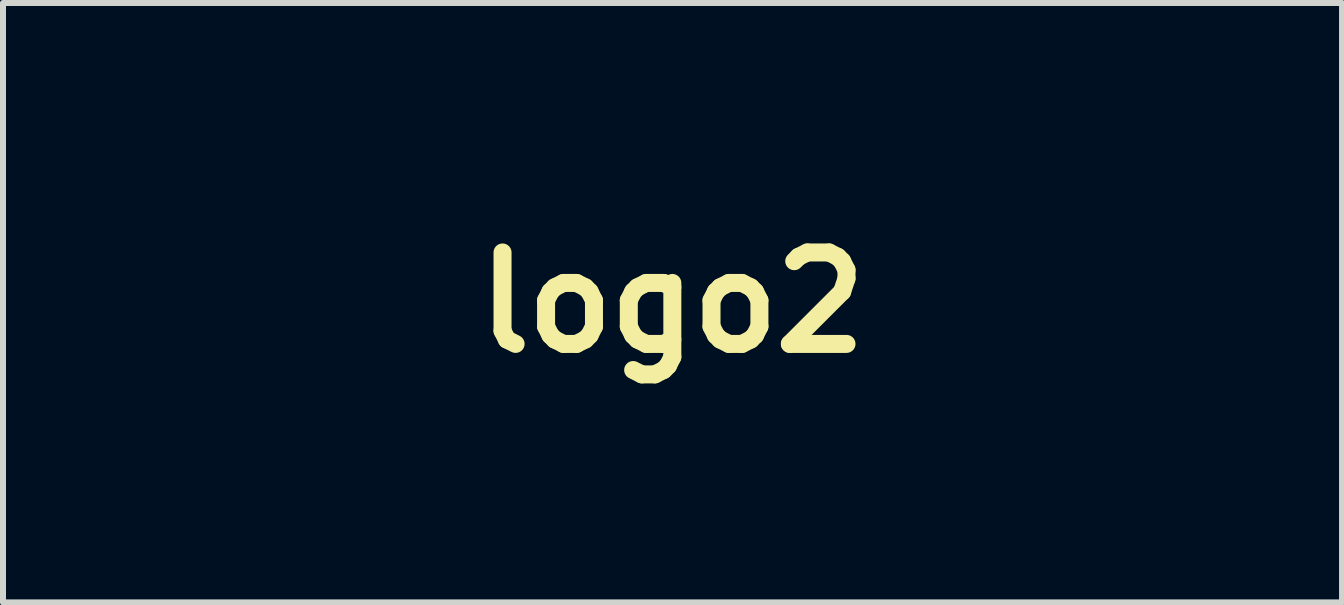
<source format=kicad_pcb>
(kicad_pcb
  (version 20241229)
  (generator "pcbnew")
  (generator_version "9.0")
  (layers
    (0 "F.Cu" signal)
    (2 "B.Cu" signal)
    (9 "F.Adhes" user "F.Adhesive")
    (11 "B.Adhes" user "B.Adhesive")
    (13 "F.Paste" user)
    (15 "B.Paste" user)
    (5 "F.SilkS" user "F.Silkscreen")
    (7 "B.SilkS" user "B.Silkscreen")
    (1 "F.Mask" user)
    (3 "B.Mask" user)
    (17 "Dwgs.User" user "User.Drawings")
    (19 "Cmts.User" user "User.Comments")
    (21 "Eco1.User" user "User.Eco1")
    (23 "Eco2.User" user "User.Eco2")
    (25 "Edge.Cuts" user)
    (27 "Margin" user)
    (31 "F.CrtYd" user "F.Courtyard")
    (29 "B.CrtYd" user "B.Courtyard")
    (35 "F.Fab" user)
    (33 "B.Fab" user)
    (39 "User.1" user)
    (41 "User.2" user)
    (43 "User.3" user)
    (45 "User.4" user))
  (footprint "logo2"
    (layer "F.Cu")
    (at 8.157 1.993)
    (property "Reference" "logo2" (at 0 0 0) (layer "F.SilkS") (effects (font (size 1.524 1.524) (thickness 0.3))))
    (attr through_hole)
    (fp_poly (pts (xy -7.707 -1.987) (xy -7.636 -1.986) (xy -7.57 -1.986) (xy -7.51 -1.986) (xy -7.457 -1.985) (xy -7.412 -1.985) (xy -7.375 -1.984) (xy -7.346 -1.983) (xy -7.327 -1.983) (xy -7.317 -1.982) (xy -7.317 -1.981) (xy -7.32 -1.981) (xy -7.427 -1.968) (xy -7.529 -1.946) (xy -7.625 -1.916) (xy -7.714 -1.879) (xy -7.796 -1.834) (xy -7.871 -1.782) (xy -7.938 -1.724) (xy -7.997 -1.659) (xy -8.047 -1.588) (xy -8.088 -1.511) (xy -8.12 -1.429) (xy -8.132 -1.385) (xy -8.144 -1.337) (xy -8.146 0.295) (xy -8.146 0.477) (xy -8.146 0.646) (xy -8.146 0.804) (xy -8.146 0.949) (xy -8.146 1.084) (xy -8.146 1.207) (xy -8.146 1.319) (xy -8.146 1.421) (xy -8.146 1.512) (xy -8.145 1.594) (xy -8.145 1.666) (xy -8.145 1.729) (xy -8.144 1.783) (xy -8.144 1.828) (xy -8.143 1.864) (xy -8.143 1.893) (xy -8.142 1.914) (xy -8.142 1.927) (xy -8.141 1.934) (xy -8.141 1.934) (xy -8.134 1.936) (xy -8.118 1.938) (xy -8.092 1.939) (xy -8.059 1.94) (xy -8.019 1.942) (xy -7.973 1.942) (xy -7.923 1.943) (xy -7.87 1.944) (xy -7.814 1.944) (xy -7.757 1.944) (xy -7.7 1.944) (xy -7.643 1.944) (xy -7.589 1.943) (xy -7.538 1.943) (xy -7.49 1.942) (xy -7.448 1.941) (xy -7.413 1.94) (xy -7.385 1.938) (xy -7.365 1.937) (xy -7.355 1.935) (xy -7.354 1.935) (xy -7.353 1.93) (xy -7.353 1.917) (xy -7.352 1.895) (xy -7.351 1.865) (xy -7.351 1.827) (xy -7.35 1.779) (xy -7.35 1.722) (xy -7.349 1.654) (xy -7.349 1.577) (xy -7.348 1.49) (xy -7.348 1.392) (xy -7.348 1.283) (xy -7.347 1.164) (xy -7.347 1.032) (xy -7.347 0.889) (xy -7.347 0.734) (xy -7.346 0.567) (xy -7.346 0.473) (xy -7.346 0.312) (xy -7.346 0.163) (xy -7.346 0.027) (xy -7.346 -0.099) (xy -7.346 -0.214) (xy -7.345 -0.318) (xy -7.345 -0.413) (xy -7.345 -0.499) (xy -7.345 -0.576) (xy -7.344 -0.644) (xy -7.344 -0.705) (xy -7.344 -0.758) (xy -7.343 -0.805) (xy -7.343 -0.846) (xy -7.343 -0.88) (xy -7.342 -0.909) (xy -7.342 -0.934) (xy -7.341 -0.954) (xy -7.34 -0.97) (xy -7.339 -0.983) (xy -7.339 -0.993) (xy -7.338 -1.001) (xy -7.337 -1.007) (xy -7.336 -1.012) (xy -7.335 -1.013) (xy -7.317 -1.059) (xy -7.293 -1.096) (xy -7.265 -1.12) (xy -7.232 -1.134) (xy -7.199 -1.136) (xy -7.166 -1.126) (xy -7.15 -1.116) (xy -7.131 -1.097) (xy -7.109 -1.068) (xy -7.085 -1.031) (xy -7.06 -0.986) (xy -7.034 -0.936) (xy -7.008 -0.882) (xy -6.983 -0.826) (xy -6.96 -0.769) (xy -6.947 -0.732) (xy -6.936 -0.7) (xy -6.925 -0.67) (xy -6.916 -0.645) (xy -6.909 -0.629) (xy -6.908 -0.625) (xy -6.902 -0.61) (xy -6.893 -0.585) (xy -6.882 -0.55) (xy -6.868 -0.507) (xy -6.852 -0.459) (xy -6.836 -0.405) (xy -6.818 -0.349) (xy -6.8 -0.29) (xy -6.782 -0.232) (xy -6.765 -0.174) (xy -6.749 -0.119) (xy -6.734 -0.067) (xy -6.721 -0.022) (xy -6.71 0.019) (xy -6.697 0.066) (xy -6.683 0.114) (xy -6.671 0.158) (xy -6.67 0.162) (xy -6.658 0.204) (xy -6.646 0.251) (xy -6.634 0.297) (xy -6.624 0.338) (xy -6.623 0.342) (xy -6.614 0.379) (xy -6.604 0.417) (xy -6.594 0.452) (xy -6.586 0.478) (xy -6.586 0.479) (xy -6.579 0.503) (xy -6.57 0.537) (xy -6.559 0.575) (xy -6.549 0.614) (xy -6.545 0.632) (xy -6.532 0.684) (xy -6.517 0.742) (xy -6.502 0.803) (xy -6.485 0.866) (xy -6.468 0.93) (xy -6.452 0.994) (xy -6.435 1.054) (xy -6.42 1.111) (xy -6.406 1.163) (xy -6.393 1.208) (xy -6.383 1.244) (xy -6.375 1.27) (xy -6.371 1.28) (xy -6.333 1.376) (xy -6.284 1.471) (xy -6.227 1.561) (xy -6.163 1.645) (xy -6.152 1.657) (xy -6.1 1.713) (xy -6.047 1.761) (xy -5.989 1.805) (xy -5.925 1.847) (xy -5.909 1.856) (xy -5.809 1.908) (xy -5.708 1.947) (xy -5.605 1.973) (xy -5.502 1.987) (xy -5.496 1.987) (xy -5.495 1.988) (xy -5.505 1.988) (xy -5.525 1.989) (xy -5.554 1.989) (xy -5.593 1.989) (xy -5.641 1.99) (xy -5.697 1.99) (xy -5.761 1.991) (xy -5.833 1.991) (xy -5.912 1.991) (xy -5.997 1.991) (xy -6.089 1.992) (xy -6.186 1.992) (xy -6.289 1.992) (xy -6.397 1.992) (xy -6.509 1.993) (xy -6.625 1.993) (xy -6.744 1.993) (xy -6.79 1.993) (xy -8.152 1.994) (xy -8.152 -1.988) (xy -7.707 -1.987)) (stroke (width 0.01) (type solid)) (fill yes) (layer "F.Mask"))
    (fp_poly (pts (xy 8.158 1.994) (xy 1.39 1.993) (xy 1.118 1.993) (xy 0.848 1.993) (xy 0.581 1.993) (xy 0.318 1.993) (xy 0.057 1.993) (xy -0.199 1.993) (xy -0.452 1.992) (xy -0.701 1.992) (xy -0.945 1.992) (xy -1.186 1.992) (xy -1.421 1.992) (xy -1.652 1.992) (xy -1.877 1.992) (xy -2.097 1.992) (xy -2.312 1.992) (xy -2.521 1.991) (xy -2.725 1.991) (xy -2.922 1.991) (xy -3.113 1.991) (xy -3.297 1.991) (xy -3.474 1.991) (xy -3.645 1.991) (xy -3.809 1.99) (xy -3.965 1.99) (xy -4.114 1.99) (xy -4.254 1.99) (xy -4.387 1.99) (xy -4.512 1.99) (xy -4.629 1.989) (xy -4.736 1.989) (xy -4.835 1.989) (xy -4.925 1.989) (xy -5.006 1.989) (xy -5.077 1.988) (xy -5.139 1.988) (xy -5.191 1.988) (xy -5.233 1.988) (xy -5.265 1.988) (xy -5.286 1.987) (xy -5.296 1.987) (xy -5.297 1.987) (xy -5.195 1.975) (xy -5.095 1.953) (xy -4.999 1.92) (xy -4.906 1.877) (xy -4.819 1.824) (xy -4.739 1.763) (xy -4.668 1.696) (xy -4.61 1.626) (xy -4.561 1.55) (xy -4.522 1.467) (xy -4.491 1.376) (xy -4.485 1.356) (xy -4.484 1.35) (xy -4.482 1.344) (xy -4.481 1.338) (xy -4.48 1.33) (xy -4.479 1.32) (xy -4.478 1.308) (xy -4.477 1.293) (xy -4.477 1.274) (xy -4.476 1.251) (xy -4.475 1.224) (xy -4.475 1.191) (xy -4.474 1.152) (xy -4.474 1.107) (xy -4.474 1.055) (xy -4.473 0.996) (xy -4.473 0.928) (xy -4.473 0.852) (xy -4.472 0.766) (xy -4.472 0.67) (xy -4.472 0.565) (xy -4.471 0.448) (xy -4.471 0.319) (xy -4.471 0.179) (xy -4.471 0.168) (xy -4.468 -0.975) (xy -4.455 -1.016) (xy -4.44 -1.056) (xy -4.418 -1.09) (xy -4.394 -1.116) (xy -4.38 -1.125) (xy -4.353 -1.134) (xy -4.324 -1.136) (xy -4.297 -1.131) (xy -4.284 -1.124) (xy -4.27 -1.111) (xy -4.253 -1.088) (xy -4.233 -1.058) (xy -4.212 -1.024) (xy -4.191 -0.987) (xy -4.172 -0.949) (xy -4.169 -0.942) (xy -4.157 -0.914) (xy -4.141 -0.876) (xy -4.124 -0.832) (xy -4.105 -0.782) (xy -4.085 -0.729) (xy -4.066 -0.676) (xy -4.047 -0.624) (xy -4.03 -0.575) (xy -4.015 -0.531) (xy -4.003 -0.495) (xy -3.996 -0.471) (xy -3.988 -0.442) (xy -3.98 -0.417) (xy -3.972 -0.398) (xy -3.968 -0.391) (xy -3.963 -0.38) (xy -3.955 -0.358) (xy -3.946 -0.331) (xy -3.937 -0.299) (xy -3.935 -0.291) (xy -3.924 -0.252) (xy -3.912 -0.209) (xy -3.899 -0.168) (xy -3.889 -0.137) (xy -3.877 -0.1) (xy -3.864 -0.057) (xy -3.852 -0.015) (xy -3.845 0.01) (xy -3.836 0.042) (xy -3.825 0.083) (xy -3.812 0.127) (xy -3.799 0.172) (xy -3.792 0.197) (xy -3.78 0.239) (xy -3.768 0.284) (xy -3.757 0.328) (xy -3.747 0.366) (xy -3.743 0.384) (xy -3.735 0.417) (xy -3.726 0.449) (xy -3.718 0.476) (xy -3.713 0.492) (xy -3.706 0.511) (xy -3.698 0.538) (xy -3.69 0.571) (xy -3.682 0.603) (xy -3.671 0.654) (xy -3.662 0.693) (xy -3.654 0.725) (xy -3.648 0.749) (xy -3.642 0.769) (xy -3.637 0.787) (xy -3.633 0.8) (xy -3.626 0.82) (xy -3.619 0.848) (xy -3.61 0.882) (xy -3.602 0.916) (xy -3.602 0.918) (xy -3.593 0.954) (xy -3.583 0.998) (xy -3.571 1.045) (xy -3.56 1.089) (xy -3.556 1.102) (xy -3.545 1.143) (xy -3.534 1.187) (xy -3.524 1.229) (xy -3.516 1.265) (xy -3.514 1.276) (xy -3.507 1.309) (xy -3.498 1.35) (xy -3.487 1.393) (xy -3.476 1.436) (xy -3.472 1.452) (xy -3.461 1.495) (xy -3.449 1.543) (xy -3.438 1.589) (xy -3.428 1.631) (xy -3.426 1.642) (xy -3.417 1.681) (xy -3.406 1.724) (xy -3.396 1.765) (xy -3.387 1.797) (xy -3.378 1.83) (xy -3.37 1.863) (xy -3.363 1.891) (xy -3.36 1.906) (xy -3.353 1.946) (xy -2.587 1.948) (xy -1.82 1.949) (xy -1.794 1.859) (xy -1.782 1.819) (xy -1.769 1.776) (xy -1.756 1.735) (xy -1.744 1.701) (xy -1.743 1.699) (xy -1.736 1.678) (xy -1.729 1.656) (xy -1.721 1.632) (xy -1.712 1.603) (xy -1.701 1.57) (xy -1.689 1.531) (xy -1.675 1.484) (xy -1.658 1.429) (xy -1.638 1.364) (xy -1.616 1.289) (xy -1.603 1.249) (xy -1.591 1.21) (xy -1.58 1.175) (xy -1.571 1.147) (xy -1.565 1.128) (xy -1.564 1.127) (xy -1.556 1.102) (xy -1.546 1.071) (xy -1.537 1.04) (xy -1.535 1.035) (xy -1.526 1.005) (xy -1.515 0.969) (xy -1.503 0.933) (xy -1.497 0.914) (xy -1.485 0.879) (xy -1.471 0.837) (xy -1.459 0.796) (xy -1.452 0.775) (xy -1.441 0.737) (xy -1.428 0.695) (xy -1.414 0.652) (xy -1.406 0.625) (xy -1.394 0.59) (xy -1.382 0.552) (xy -1.371 0.516) (xy -1.364 0.492) (xy -1.356 0.465) (xy -1.347 0.44) (xy -1.339 0.422) (xy -1.336 0.417) (xy -1.327 0.403) (xy -1.323 0.392) (xy -1.323 0.391) (xy -1.321 0.38) (xy -1.316 0.359) (xy -1.309 0.332) (xy -1.3 0.299) (xy -1.29 0.263) (xy -1.279 0.226) (xy -1.268 0.191) (xy -1.258 0.16) (xy -1.257 0.156) (xy -1.246 0.123) (xy -1.234 0.083) (xy -1.22 0.041) (xy -1.207 -0.001) (xy -1.204 -0.01) (xy -1.193 -0.047) (xy -1.178 -0.093) (xy -1.162 -0.147) (xy -1.143 -0.205) (xy -1.124 -0.266) (xy -1.105 -0.328) (xy -1.086 -0.389) (xy -1.068 -0.446) (xy -1.052 -0.497) (xy -1.038 -0.541) (xy -1.027 -0.575) (xy -1.016 -0.609) (xy -1.003 -0.651) (xy -0.989 -0.696) (xy -0.976 -0.738) (xy -0.973 -0.749) (xy -0.957 -0.8) (xy -0.941 -0.85) (xy -0.926 -0.897) (xy -0.911 -0.94) (xy -0.899 -0.977) (xy -0.888 -1.006) (xy -0.88 -1.026) (xy -0.876 -1.034) (xy -0.866 -1.045) (xy -0.85 -1.055) (xy -0.844 -1.058) (xy -0.817 -1.063) (xy -0.791 -1.058) (xy -0.769 -1.044) (xy -0.764 -1.039) (xy -0.758 -1.027) (xy -0.75 -1.006) (xy -0.74 -0.979) (xy -0.731 -0.947) (xy -0.728 -0.939) (xy -0.712 -0.882) (xy -0.695 -0.829) (xy -0.68 -0.781) (xy -0.666 -0.742) (xy -0.655 -0.713) (xy -0.649 -0.696) (xy -0.641 -0.671) (xy -0.631 -0.641) (xy -0.621 -0.608) (xy -0.62 -0.605) (xy -0.61 -0.57) (xy -0.598 -0.535) (xy -0.588 -0.504) (xy -0.579 -0.481) (xy -0.571 -0.458) (xy -0.56 -0.427) (xy -0.549 -0.393) (xy -0.538 -0.358) (xy -0.538 -0.357) (xy -0.529 -0.328) (xy -0.517 -0.289) (xy -0.503 -0.245) (xy -0.488 -0.197) (xy -0.472 -0.148) (xy -0.464 -0.123) (xy -0.449 -0.076) (xy -0.433 -0.027) (xy -0.418 0.02) (xy -0.405 0.062) (xy -0.394 0.097) (xy -0.389 0.112) (xy -0.381 0.139) (xy -0.37 0.176) (xy -0.356 0.22) (xy -0.34 0.268) (xy -0.323 0.319) (xy -0.307 0.371) (xy -0.303 0.381) (xy -0.286 0.432) (xy -0.27 0.483) (xy -0.254 0.532) (xy -0.239 0.577) (xy -0.227 0.616) (xy -0.218 0.645) (xy -0.217 0.65) (xy -0.207 0.682) (xy -0.197 0.713) (xy -0.189 0.737) (xy -0.183 0.754) (xy -0.182 0.755) (xy -0.175 0.774) (xy -0.168 0.799) (xy -0.163 0.82) (xy -0.157 0.841) (xy -0.152 0.859) (xy -0.149 0.867) (xy -0.145 0.875) (xy -0.139 0.893) (xy -0.131 0.917) (xy -0.122 0.943) (xy -0.112 0.974) (xy -0.102 1.005) (xy -0.093 1.031) (xy -0.088 1.045) (xy -0.081 1.061) (xy -0.073 1.087) (xy -0.062 1.12) (xy -0.051 1.156) (xy -0.044 1.178) (xy 0.031 1.415) (xy 0.077 1.556) (xy 0.089 1.593) (xy 0.104 1.639) (xy 0.119 1.689) (xy 0.135 1.739) (xy 0.15 1.787) (xy 0.152 1.791) (xy 0.164 1.83) (xy 0.175 1.866) (xy 0.185 1.896) (xy 0.193 1.919) (xy 0.198 1.932) (xy 0.2 1.935) (xy 0.203 1.937) (xy 0.211 1.938) (xy 0.224 1.939) (xy 0.243 1.94) (xy 0.269 1.941) (xy 0.301 1.942) (xy 0.342 1.942) (xy 0.39 1.943) (xy 0.448 1.943) (xy 0.515 1.943) (xy 0.592 1.943) (xy 0.637 1.943) (xy 0.717 1.943) (xy 0.787 1.943) (xy 0.846 1.943) (xy 0.897 1.943) (xy 0.94 1.942) (xy 0.975 1.942) (xy 1.004 1.941) (xy 1.026 1.941) (xy 1.042 1.94) (xy 1.054 1.939) (xy 1.062 1.937) (xy 1.067 1.936) (xy 1.069 1.934) (xy 1.069 1.933) (xy 1.067 1.923) (xy 1.062 1.905) (xy 1.055 1.884) (xy 1.049 1.866) (xy 1.04 1.839) (xy 1.029 1.804) (xy 1.017 1.765) (xy 1.004 1.723) (xy 1.001 1.711) (xy 0.987 1.668) (xy 0.974 1.623) (xy 0.962 1.582) (xy 0.951 1.546) (xy 0.942 1.518) (xy 0.941 1.514) (xy 0.931 1.481) (xy 0.919 1.442) (xy 0.907 1.401) (xy 0.899 1.375) (xy 0.891 1.345) (xy 0.879 1.307) (xy 0.866 1.263) (xy 0.852 1.216) (xy 0.838 1.17) (xy 0.835 1.159) (xy 0.821 1.113) (xy 0.806 1.064) (xy 0.792 1.017) (xy 0.78 0.974) (xy 0.77 0.94) (xy 0.768 0.933) (xy 0.757 0.896) (xy 0.746 0.858) (xy 0.735 0.823) (xy 0.727 0.795) (xy 0.726 0.794) (xy 0.719 0.77) (xy 0.709 0.737) (xy 0.698 0.699) (xy 0.685 0.658) (xy 0.675 0.622) (xy 0.663 0.582) (xy 0.651 0.542) (xy 0.64 0.506) (xy 0.63 0.476) (xy 0.624 0.457) (xy 0.617 0.433) (xy 0.607 0.401) (xy 0.597 0.364) (xy 0.587 0.326) (xy 0.584 0.314) (xy 0.576 0.28) (xy 0.567 0.247) (xy 0.559 0.221) (xy 0.553 0.203) (xy 0.55 0.198) (xy 0.547 0.19) (xy 0.543 0.179) (xy 0.538 0.163) (xy 0.531 0.142) (xy 0.522 0.114) (xy 0.511 0.079) (xy 0.498 0.035) (xy 0.482 -0.018) (xy 0.463 -0.081) (xy 0.442 -0.155) (xy 0.441 -0.157) (xy 0.429 -0.195) (xy 0.417 -0.236) (xy 0.404 -0.274) (xy 0.394 -0.306) (xy 0.392 -0.309) (xy 0.383 -0.336) (xy 0.372 -0.371) (xy 0.359 -0.412) (xy 0.345 -0.455) (xy 0.335 -0.489) (xy 0.322 -0.53) (xy 0.306 -0.579) (xy 0.289 -0.633) (xy 0.272 -0.689) (xy 0.268 -0.7) (xy 1.137 -0.7) (xy 1.138 -0.645) (xy 1.139 -0.593) (xy 1.142 -0.547) (xy 1.146 -0.508) (xy 1.15 -0.478) (xy 1.154 -0.46) (xy 1.159 -0.448) (xy 1.166 -0.426) (xy 1.174 -0.397) (xy 1.184 -0.364) (xy 1.188 -0.349) (xy 1.206 -0.288) (xy 1.222 -0.237) (xy 1.238 -0.194) (xy 1.253 -0.157) (xy 1.27 -0.123) (xy 1.277 -0.11) (xy 1.337 -0.008) (xy 1.401 0.082) (xy 1.471 0.161) (xy 1.546 0.229) (xy 1.627 0.287) (xy 1.714 0.335) (xy 1.808 0.373) (xy 1.909 0.402) (xy 1.917 0.404) (xy 1.925 0.406) (xy 1.934 0.407) (xy 1.945 0.409) (xy 1.958 0.41) (xy 1.975 0.411) (xy 1.995 0.412) (xy 2.019 0.413) (xy 2.048 0.414) (xy 2.082 0.414) (xy 2.123 0.415) (xy 2.17 0.416) (xy 2.224 0.416) (xy 2.286 0.417) (xy 2.357 0.417) (xy 2.437 0.418) (xy 2.527 0.418) (xy 2.627 0.419) (xy 2.64 0.419) (xy 2.743 0.42) (xy 2.834 0.42) (xy 2.916 0.421) (xy 2.989 0.421) (xy 3.054 0.422) (xy 3.11 0.422) (xy 3.159 0.423) (xy 3.201 0.424) (xy 3.237 0.425) (xy 3.267 0.426) (xy 3.293 0.428) (xy 3.314 0.429) (xy 3.332 0.431) (xy 3.346 0.434) (xy 3.358 0.437) (xy 3.368 0.44) (xy 3.377 0.443) (xy 3.385 0.448) (xy 3.393 0.452) (xy 3.401 0.457) (xy 3.407 0.461) (xy 3.443 0.488) (xy 3.475 0.526) (xy 3.503 0.573) (xy 3.524 0.627) (xy 3.531 0.651) (xy 3.536 0.682) (xy 3.54 0.722) (xy 3.541 0.766) (xy 3.54 0.81) (xy 3.536 0.851) (xy 3.531 0.883) (xy 3.513 0.945) (xy 3.486 1) (xy 3.457 1.041) (xy 3.423 1.076) (xy 3.389 1.101) (xy 3.35 1.12) (xy 3.343 1.122) (xy 3.339 1.123) (xy 3.333 1.125) (xy 3.326 1.126) (xy 3.318 1.127) (xy 3.307 1.128) (xy 3.293 1.129) (xy 3.277 1.13) (xy 3.256 1.13) (xy 3.231 1.131) (xy 3.201 1.131) (xy 3.166 1.132) (xy 3.126 1.132) (xy 3.079 1.133) (xy 3.025 1.133) (xy 2.964 1.133) (xy 2.896 1.134) (xy 2.819 1.134) (xy 2.734 1.134) (xy 2.64 1.134) (xy 2.536 1.135) (xy 2.421 1.135) (xy 2.315 1.135) (xy 2.188 1.135) (xy 2.071 1.135) (xy 1.964 1.136) (xy 1.867 1.136) (xy 1.779 1.136) (xy 1.701 1.137) (xy 1.631 1.137) (xy 1.569 1.138) (xy 1.516 1.138) (xy 1.469 1.139) (xy 1.43 1.139) (xy 1.397 1.14) (xy 1.37 1.14) (xy 1.349 1.141) (xy 1.334 1.142) (xy 1.324 1.143) (xy 1.318 1.144) (xy 1.316 1.145) (xy 1.315 1.153) (xy 1.315 1.172) (xy 1.314 1.201) (xy 1.313 1.239) (xy 1.313 1.284) (xy 1.312 1.335) (xy 1.312 1.391) (xy 1.312 1.45) (xy 1.312 1.511) (xy 1.312 1.573) (xy 1.312 1.634) (xy 1.312 1.693) (xy 1.313 1.749) (xy 1.313 1.8) (xy 1.314 1.845) (xy 1.314 1.883) (xy 1.315 1.913) (xy 1.316 1.932) (xy 1.317 1.94) (xy 1.317 1.94) (xy 1.323 1.941) (xy 1.34 1.942) (xy 1.368 1.942) (xy 1.405 1.943) (xy 1.453 1.943) (xy 1.511 1.944) (xy 1.578 1.944) (xy 1.655 1.944) (xy 1.741 1.945) (xy 1.835 1.945) (xy 1.939 1.945) (xy 2.051 1.945) (xy 2.17 1.945) (xy 2.298 1.945) (xy 2.434 1.945) (xy 2.443 1.945) (xy 3.564 1.943) (xy 3.61 1.932) (xy 4.393 1.932) (xy 4.394 1.934) (xy 4.396 1.936) (xy 4.4 1.937) (xy 4.406 1.939) (xy 4.417 1.94) (xy 4.431 1.941) (xy 4.451 1.941) (xy 4.476 1.942) (xy 4.508 1.942) (xy 4.547 1.943) (xy 4.594 1.943) (xy 4.649 1.943) (xy 4.714 1.943) (xy 4.788 1.943) (xy 4.825 1.943) (xy 5.258 1.943) (xy 5.271 1.924) (xy 5.278 1.911) (xy 5.288 1.887) (xy 5.299 1.855) (xy 5.311 1.816) (xy 5.314 1.805) (xy 5.326 1.763) (xy 5.341 1.717) (xy 5.355 1.671) (xy 5.369 1.632) (xy 5.372 1.622) (xy 5.384 1.586) (xy 5.397 1.546) (xy 5.409 1.509) (xy 5.417 1.48) (xy 5.427 1.445) (xy 5.439 1.405) (xy 5.451 1.368) (xy 5.454 1.359) (xy 5.464 1.329) (xy 5.476 1.291) (xy 5.488 1.251) (xy 5.499 1.214) (xy 5.509 1.181) (xy 5.518 1.15) (xy 5.527 1.124) (xy 5.533 1.107) (xy 5.534 1.105) (xy 5.54 1.09) (xy 5.548 1.066) (xy 5.558 1.036) (xy 5.569 1.001) (xy 5.575 0.98) (xy 5.586 0.943) (xy 5.597 0.909) (xy 5.606 0.879) (xy 5.614 0.856) (xy 5.617 0.848) (xy 5.623 0.831) (xy 5.631 0.805) (xy 5.641 0.773) (xy 5.652 0.736) (xy 5.662 0.706) (xy 5.672 0.67) (xy 5.682 0.638) (xy 5.691 0.611) (xy 5.697 0.592) (xy 5.7 0.583) (xy 5.704 0.573) (xy 5.71 0.554) (xy 5.719 0.526) (xy 5.729 0.493) (xy 5.741 0.456) (xy 5.742 0.452) (xy 5.774 0.346) (xy 5.803 0.252) (xy 5.829 0.167) (xy 5.852 0.092) (xy 5.873 0.025) (xy 5.891 -0.034) (xy 5.908 -0.086) (xy 5.924 -0.133) (xy 5.938 -0.176) (xy 5.939 -0.178) (xy 5.952 -0.217) (xy 5.966 -0.26) (xy 5.979 -0.301) (xy 5.989 -0.337) (xy 5.998 -0.368) (xy 6.008 -0.399) (xy 6.016 -0.424) (xy 6.021 -0.438) (xy 6.027 -0.455) (xy 6.036 -0.484) (xy 6.049 -0.524) (xy 6.065 -0.576) (xy 6.085 -0.64) (xy 6.108 -0.715) (xy 6.135 -0.8) (xy 6.147 -0.841) (xy 6.166 -0.901) (xy 6.182 -0.95) (xy 6.196 -0.988) (xy 6.208 -1.016) (xy 6.219 -1.036) (xy 6.228 -1.049) (xy 6.232 -1.052) (xy 6.249 -1.059) (xy 6.272 -1.062) (xy 6.294 -1.061) (xy 6.311 -1.055) (xy 6.316 -1.05) (xy 6.322 -1.043) (xy 6.328 -1.033) (xy 6.335 -1.017) (xy 6.343 -0.995) (xy 6.353 -0.966) (xy 6.366 -0.927) (xy 6.381 -0.879) (xy 6.391 -0.848) (xy 6.405 -0.805) (xy 6.417 -0.766) (xy 6.429 -0.732) (xy 6.438 -0.705) (xy 6.444 -0.686) (xy 6.447 -0.679) (xy 6.451 -0.666) (xy 6.459 -0.645) (xy 6.467 -0.617) (xy 6.477 -0.586) (xy 6.479 -0.58) (xy 6.49 -0.543) (xy 6.502 -0.504) (xy 6.514 -0.468) (xy 6.524 -0.441) (xy 6.533 -0.413) (xy 6.545 -0.377) (xy 6.558 -0.338) (xy 6.569 -0.3) (xy 6.571 -0.295) (xy 6.582 -0.257) (xy 6.595 -0.216) (xy 6.608 -0.177) (xy 6.618 -0.145) (xy 6.619 -0.143) (xy 6.627 -0.119) (xy 6.638 -0.085) (xy 6.651 -0.045) (xy 6.666 0.000008) (xy 6.68 0.046) (xy 6.689 0.073) (xy 6.704 0.119) (xy 6.719 0.166) (xy 6.733 0.211) (xy 6.746 0.25) (xy 6.757 0.282) (xy 6.762 0.295) (xy 6.773 0.327) (xy 6.786 0.367) (xy 6.8 0.41) (xy 6.813 0.451) (xy 6.816 0.46) (xy 6.863 0.613) (xy 6.913 0.766) (xy 6.931 0.822) (xy 6.943 0.859) (xy 6.955 0.897) (xy 6.966 0.933) (xy 6.975 0.961) (xy 6.976 0.965) (xy 6.986 0.998) (xy 6.998 1.035) (xy 7.009 1.068) (xy 7.01 1.07) (xy 7.019 1.095) (xy 7.03 1.128) (xy 7.042 1.166) (xy 7.054 1.204) (xy 7.056 1.212) (xy 7.067 1.249) (xy 7.079 1.285) (xy 7.09 1.318) (xy 7.098 1.344) (xy 7.1 1.349) (xy 7.105 1.362) (xy 7.11 1.377) (xy 7.116 1.394) (xy 7.124 1.416) (xy 7.132 1.443) (xy 7.143 1.476) (xy 7.156 1.516) (xy 7.171 1.564) (xy 7.189 1.621) (xy 7.21 1.689) (xy 7.225 1.739) (xy 7.239 1.781) (xy 7.251 1.82) (xy 7.263 1.855) (xy 7.273 1.884) (xy 7.28 1.904) (xy 7.282 1.91) (xy 7.295 1.94) (xy 7.724 1.942) (xy 7.803 1.942) (xy 7.871 1.942) (xy 7.93 1.942) (xy 7.98 1.942) (xy 8.022 1.942) (xy 8.057 1.942) (xy 8.085 1.942) (xy 8.106 1.941) (xy 8.123 1.94) (xy 8.135 1.939) (xy 8.143 1.938) (xy 8.148 1.937) (xy 8.151 1.935) (xy 8.152 1.933) (xy 8.152 1.931) (xy 8.151 1.921) (xy 8.145 1.899) (xy 8.136 1.866) (xy 8.123 1.82) (xy 8.106 1.762) (xy 8.086 1.693) (xy 8.062 1.611) (xy 8.034 1.518) (xy 8.002 1.412) (xy 7.967 1.295) (xy 7.94 1.206) (xy 7.927 1.161) (xy 7.911 1.108) (xy 7.893 1.051) (xy 7.877 0.995) (xy 7.861 0.944) (xy 7.86 0.94) (xy 7.844 0.888) (xy 7.827 0.829) (xy 7.808 0.768) (xy 7.791 0.709) (xy 7.775 0.658) (xy 7.775 0.657) (xy 7.761 0.61) (xy 7.746 0.559) (xy 7.731 0.509) (xy 7.718 0.462) (xy 7.707 0.424) (xy 7.705 0.419) (xy 7.694 0.379) (xy 7.681 0.335) (xy 7.668 0.294) (xy 7.657 0.259) (xy 7.654 0.251) (xy 7.642 0.214) (xy 7.629 0.172) (xy 7.616 0.129) (xy 7.609 0.105) (xy 7.6 0.073) (xy 7.591 0.042) (xy 7.583 0.016) (xy 7.578 0.000495) (xy 7.573 -0.014) (xy 7.565 -0.039) (xy 7.555 -0.07) (xy 7.543 -0.108) (xy 7.531 -0.148) (xy 7.527 -0.162) (xy 7.507 -0.227) (xy 7.488 -0.289) (xy 7.471 -0.347) (xy 7.454 -0.399) (xy 7.44 -0.445) (xy 7.428 -0.483) (xy 7.419 -0.512) (xy 7.412 -0.53) (xy 7.41 -0.537) (xy 7.406 -0.547) (xy 7.399 -0.567) (xy 7.391 -0.595) (xy 7.38 -0.629) (xy 7.369 -0.666) (xy 7.367 -0.673) (xy 7.355 -0.712) (xy 7.344 -0.748) (xy 7.334 -0.779) (xy 7.326 -0.803) (xy 7.321 -0.818) (xy 7.32 -0.819) (xy 7.314 -0.834) (xy 7.306 -0.858) (xy 7.296 -0.888) (xy 7.286 -0.921) (xy 7.285 -0.925) (xy 7.274 -0.96) (xy 7.263 -0.995) (xy 7.252 -1.026) (xy 7.244 -1.05) (xy 7.244 -1.05) (xy 7.235 -1.074) (xy 7.224 -1.106) (xy 7.212 -1.14) (xy 7.204 -1.167) (xy 7.192 -1.205) (xy 7.177 -1.249) (xy 7.161 -1.29) (xy 7.152 -1.314) (xy 7.138 -1.35) (xy 7.124 -1.387) (xy 7.111 -1.423) (xy 7.103 -1.445) (xy 7.085 -1.493) (xy 7.069 -1.531) (xy 7.053 -1.563) (xy 7.036 -1.592) (xy 7.016 -1.62) (xy 6.991 -1.649) (xy 6.99 -1.652) (xy 6.941 -1.704) (xy 6.89 -1.748) (xy 6.836 -1.787) (xy 6.776 -1.82) (xy 6.709 -1.849) (xy 6.633 -1.875) (xy 6.617 -1.88) (xy 6.569 -1.893) (xy 6.527 -1.904) (xy 6.488 -1.912) (xy 6.45 -1.918) (xy 6.41 -1.922) (xy 6.366 -1.924) (xy 6.315 -1.925) (xy 6.273 -1.925) (xy 6.215 -1.925) (xy 6.165 -1.923) (xy 6.122 -1.92) (xy 6.082 -1.916) (xy 6.043 -1.909) (xy 6.002 -1.901) (xy 5.957 -1.889) (xy 5.931 -1.882) (xy 5.855 -1.858) (xy 5.788 -1.831) (xy 5.728 -1.801) (xy 5.721 -1.797) (xy 5.67 -1.763) (xy 5.621 -1.725) (xy 5.576 -1.684) (xy 5.538 -1.642) (xy 5.508 -1.6) (xy 5.497 -1.58) (xy 5.488 -1.561) (xy 5.476 -1.533) (xy 5.461 -1.496) (xy 5.445 -1.452) (xy 5.426 -1.404) (xy 5.407 -1.352) (xy 5.388 -1.299) (xy 5.37 -1.247) (xy 5.352 -1.197) (xy 5.336 -1.151) (xy 5.323 -1.111) (xy 5.312 -1.078) (xy 5.308 -1.064) (xy 5.3 -1.037) (xy 5.289 -1.004) (xy 5.277 -0.972) (xy 5.274 -0.962) (xy 5.26 -0.926) (xy 5.244 -0.878) (xy 5.225 -0.82) (xy 5.203 -0.75) (xy 5.178 -0.67) (xy 5.154 -0.591) (xy 5.142 -0.551) (xy 5.129 -0.512) (xy 5.117 -0.475) (xy 5.107 -0.445) (xy 5.103 -0.432) (xy 5.092 -0.399) (xy 5.08 -0.361) (xy 5.069 -0.327) (xy 5.068 -0.324) (xy 5.059 -0.293) (xy 5.048 -0.257) (xy 5.036 -0.221) (xy 5.031 -0.206) (xy 5.022 -0.18) (xy 5.011 -0.144) (xy 4.998 -0.103) (xy 4.984 -0.06) (xy 4.972 -0.019) (xy 4.957 0.029) (xy 4.941 0.084) (xy 4.923 0.139) (xy 4.907 0.191) (xy 4.898 0.222) (xy 4.884 0.265) (xy 4.868 0.317) (xy 4.851 0.371) (xy 4.835 0.426) (xy 4.819 0.477) (xy 4.818 0.483) (xy 4.802 0.533) (xy 4.785 0.59) (xy 4.768 0.647) (xy 4.751 0.702) (xy 4.736 0.749) (xy 4.735 0.752) (xy 4.722 0.797) (xy 4.708 0.842) (xy 4.694 0.886) (xy 4.682 0.925) (xy 4.673 0.956) (xy 4.663 0.993) (xy 4.651 1.034) (xy 4.639 1.072) (xy 4.632 1.095) (xy 4.609 1.172) (xy 4.589 1.237) (xy 4.572 1.293) (xy 4.557 1.342) (xy 4.545 1.383) (xy 4.534 1.419) (xy 4.524 1.452) (xy 4.516 1.481) (xy 4.508 1.508) (xy 4.496 1.549) (xy 4.483 1.592) (xy 4.471 1.634) (xy 4.46 1.67) (xy 4.458 1.676) (xy 4.448 1.71) (xy 4.438 1.747) (xy 4.428 1.786) (xy 4.417 1.825) (xy 4.408 1.86) (xy 4.401 1.891) (xy 4.396 1.915) (xy 4.393 1.93) (xy 4.393 1.932) (xy 3.61 1.932) (xy 3.633 1.926) (xy 3.733 1.897) (xy 3.826 1.858) (xy 3.912 1.81) (xy 3.991 1.753) (xy 4.064 1.685) (xy 4.131 1.607) (xy 4.192 1.518) (xy 4.249 1.418) (xy 4.25 1.416) (xy 4.276 1.364) (xy 4.297 1.316) (xy 4.314 1.27) (xy 4.328 1.22) (xy 4.342 1.163) (xy 4.348 1.136) (xy 4.362 1.071) (xy 4.372 1.017) (xy 4.38 0.969) (xy 4.386 0.926) (xy 4.39 0.886) (xy 4.392 0.845) (xy 4.392 0.801) (xy 4.391 0.752) (xy 4.388 0.701) (xy 4.385 0.632) (xy 4.379 0.572) (xy 4.372 0.517) (xy 4.363 0.464) (xy 4.35 0.409) (xy 4.341 0.373) (xy 4.31 0.268) (xy 4.273 0.172) (xy 4.23 0.084) (xy 4.179 0.001) (xy 4.12 -0.079) (xy 4.09 -0.115) (xy 4.021 -0.187) (xy 3.949 -0.249) (xy 3.874 -0.3) (xy 3.794 -0.342) (xy 3.707 -0.374) (xy 3.614 -0.397) (xy 3.555 -0.407) (xy 3.541 -0.408) (xy 3.52 -0.41) (xy 3.49 -0.411) (xy 3.453 -0.412) (xy 3.406 -0.412) (xy 3.351 -0.413) (xy 3.287 -0.413) (xy 3.213 -0.414) (xy 3.128 -0.414) (xy 3.034 -0.414) (xy 2.974 -0.414) (xy 2.895 -0.414) (xy 2.816 -0.414) (xy 2.739 -0.414) (xy 2.665 -0.414) (xy 2.595 -0.414) (xy 2.529 -0.415) (xy 2.469 -0.415) (xy 2.416 -0.416) (xy 2.371 -0.416) (xy 2.334 -0.417) (xy 2.308 -0.418) (xy 2.307 -0.418) (xy 2.169 -0.423) (xy 2.132 -0.442) (xy 2.087 -0.474) (xy 2.049 -0.514) (xy 2.018 -0.562) (xy 1.995 -0.617) (xy 1.981 -0.676) (xy 1.975 -0.739) (xy 1.978 -0.794) (xy 1.982 -0.819) (xy 1.986 -0.84) (xy 1.991 -0.852) (xy 1.992 -0.853) (xy 1.999 -0.864) (xy 2.003 -0.879) (xy 2.008 -0.894) (xy 2.016 -0.915) (xy 2.027 -0.94) (xy 2.029 -0.945) (xy 2.058 -0.991) (xy 2.094 -1.03) (xy 2.137 -1.06) (xy 2.186 -1.08) (xy 2.218 -1.087) (xy 2.241 -1.09) (xy 2.262 -1.092) (xy 2.277 -1.093) (xy 2.279 -1.093) (xy 2.286 -1.093) (xy 2.304 -1.093) (xy 2.332 -1.093) (xy 2.369 -1.093) (xy 2.414 -1.092) (xy 2.468 -1.092) (xy 2.529 -1.092) (xy 2.597 -1.091) (xy 2.672 -1.091) (xy 2.753 -1.091) (xy 2.838 -1.09) (xy 2.929 -1.09) (xy 3.024 -1.089) (xy 3.122 -1.089) (xy 3.223 -1.089) (xy 3.247 -1.089) (xy 3.368 -1.088) (xy 3.479 -1.088) (xy 3.579 -1.087) (xy 3.67 -1.087) (xy 3.752 -1.087) (xy 3.825 -1.087) (xy 3.89 -1.087) (xy 3.948 -1.087) (xy 3.998 -1.087) (xy 4.041 -1.087) (xy 4.078 -1.087) (xy 4.11 -1.088) (xy 4.136 -1.088) (xy 4.157 -1.089) (xy 4.174 -1.09) (xy 4.186 -1.09) (xy 4.196 -1.091) (xy 4.203 -1.092) (xy 4.207 -1.093) (xy 4.209 -1.094) (xy 4.211 -1.097) (xy 4.213 -1.1) (xy 4.214 -1.104) (xy 4.216 -1.112) (xy 4.217 -1.123) (xy 4.217 -1.139) (xy 4.218 -1.161) (xy 4.218 -1.189) (xy 4.219 -1.225) (xy 4.219 -1.269) (xy 4.219 -1.322) (xy 4.218 -1.386) (xy 4.218 -1.462) (xy 4.218 -1.499) (xy 4.218 -1.58) (xy 4.217 -1.649) (xy 4.217 -1.707) (xy 4.216 -1.755) (xy 4.216 -1.795) (xy 4.215 -1.826) (xy 4.215 -1.85) (xy 4.214 -1.869) (xy 4.213 -1.882) (xy 4.211 -1.891) (xy 4.21 -1.897) (xy 4.208 -1.901) (xy 4.206 -1.903) (xy 4.205 -1.903) (xy 4.203 -1.905) (xy 4.197 -1.906) (xy 4.187 -1.907) (xy 4.174 -1.908) (xy 4.156 -1.908) (xy 4.134 -1.909) (xy 4.105 -1.909) (xy 4.071 -1.91) (xy 4.031 -1.91) (xy 3.984 -1.91) (xy 3.929 -1.911) (xy 3.867 -1.911) (xy 3.796 -1.911) (xy 3.716 -1.911) (xy 3.627 -1.91) (xy 3.528 -1.91) (xy 3.419 -1.91) (xy 3.361 -1.91) (xy 3.26 -1.91) (xy 3.159 -1.909) (xy 3.058 -1.909) (xy 2.958 -1.908) (xy 2.86 -1.908) (xy 2.766 -1.908) (xy 2.675 -1.907) (xy 2.589 -1.907) (xy 2.509 -1.906) (xy 2.436 -1.906) (xy 2.371 -1.905) (xy 2.314 -1.905) (xy 2.266 -1.905) (xy 2.238 -1.904) (xy 2.17 -1.903) (xy 2.111 -1.903) (xy 2.061 -1.902) (xy 2.019 -1.9) (xy 1.983 -1.899) (xy 1.952 -1.896) (xy 1.925 -1.893) (xy 1.901 -1.889) (xy 1.879 -1.884) (xy 1.856 -1.877) (xy 1.833 -1.87) (xy 1.808 -1.86) (xy 1.78 -1.849) (xy 1.77 -1.845) (xy 1.695 -1.812) (xy 1.628 -1.775) (xy 1.566 -1.731) (xy 1.506 -1.679) (xy 1.446 -1.617) (xy 1.445 -1.616) (xy 1.409 -1.573) (xy 1.372 -1.525) (xy 1.336 -1.475) (xy 1.303 -1.425) (xy 1.276 -1.378) (xy 1.265 -1.356) (xy 1.239 -1.298) (xy 1.214 -1.231) (xy 1.192 -1.161) (xy 1.173 -1.091) (xy 1.158 -1.024) (xy 1.149 -0.965) (xy 1.144 -0.92) (xy 1.141 -0.869) (xy 1.139 -0.814) (xy 1.137 -0.757) (xy 1.137 -0.7) (xy 0.268 -0.7) (xy 0.255 -0.741) (xy 0.248 -0.762) (xy 0.233 -0.809) (xy 0.217 -0.858) (xy 0.202 -0.904) (xy 0.189 -0.946) (xy 0.177 -0.981) (xy 0.172 -0.997) (xy 0.162 -1.03) (xy 0.15 -1.063) (xy 0.14 -1.091) (xy 0.132 -1.111) (xy 0.132 -1.112) (xy 0.122 -1.139) (xy 0.114 -1.169) (xy 0.111 -1.184) (xy 0.105 -1.209) (xy 0.098 -1.233) (xy 0.093 -1.244) (xy 0.088 -1.257) (xy 0.079 -1.279) (xy 0.067 -1.308) (xy 0.053 -1.344) (xy 0.039 -1.382) (xy 0.034 -1.397) (xy 0.014 -1.451) (xy -0.004 -1.495) (xy -0.02 -1.531) (xy -0.035 -1.562) (xy -0.052 -1.59) (xy -0.07 -1.616) (xy -0.091 -1.643) (xy -0.101 -1.655) (xy -0.147 -1.707) (xy -0.192 -1.749) (xy -0.235 -1.78) (xy -0.256 -1.793) (xy -0.287 -1.808) (xy -0.323 -1.825) (xy -0.364 -1.842) (xy -0.406 -1.858) (xy -0.447 -1.873) (xy -0.486 -1.887) (xy -0.52 -1.897) (xy -0.547 -1.904) (xy -0.554 -1.905) (xy -0.579 -1.909) (xy -0.609 -1.913) (xy -0.638 -1.917) (xy -0.639 -1.917) (xy -0.664 -1.92) (xy -0.697 -1.922) (xy -0.737 -1.923) (xy -0.781 -1.924) (xy -0.827 -1.924) (xy -0.872 -1.923) (xy -0.914 -1.922) (xy -0.952 -1.921) (xy -0.982 -1.918) (xy -0.991 -1.917) (xy -1.075 -1.903) (xy -1.158 -1.882) (xy -1.238 -1.855) (xy -1.313 -1.822) (xy -1.383 -1.785) (xy -1.447 -1.744) (xy -1.501 -1.699) (xy -1.529 -1.671) (xy -1.555 -1.639) (xy -1.581 -1.6) (xy -1.605 -1.558) (xy -1.624 -1.517) (xy -1.638 -1.48) (xy -1.64 -1.473) (xy -1.644 -1.461) (xy -1.651 -1.441) (xy -1.661 -1.415) (xy -1.673 -1.386) (xy -1.674 -1.384) (xy -1.688 -1.346) (xy -1.704 -1.302) (xy -1.72 -1.26) (xy -1.728 -1.235) (xy -1.746 -1.177) (xy -1.768 -1.111) (xy -1.791 -1.041) (xy -1.814 -0.97) (xy -1.831 -0.921) (xy -1.841 -0.889) (xy -1.854 -0.85) (xy -1.867 -0.809) (xy -1.88 -0.769) (xy -1.882 -0.762) (xy -1.893 -0.728) (xy -1.903 -0.698) (xy -1.911 -0.672) (xy -1.918 -0.655) (xy -1.919 -0.651) (xy -1.924 -0.638) (xy -1.932 -0.615) (xy -1.94 -0.587) (xy -1.949 -0.555) (xy -1.95 -0.552) (xy -1.96 -0.518) (xy -1.971 -0.484) (xy -1.981 -0.455) (xy -1.989 -0.434) (xy -2 -0.406) (xy -2.009 -0.376) (xy -2.014 -0.358) (xy -2.021 -0.329) (xy -2.029 -0.296) (xy -2.039 -0.263) (xy -2.048 -0.23) (xy -2.056 -0.201) (xy -2.064 -0.178) (xy -2.07 -0.163) (xy -2.072 -0.158) (xy -2.075 -0.151) (xy -2.082 -0.135) (xy -2.09 -0.109) (xy -2.101 -0.076) (xy -2.113 -0.038) (xy -2.124 0) (xy -2.138 0.044) (xy -2.15 0.086) (xy -2.162 0.124) (xy -2.172 0.156) (xy -2.179 0.179) (xy -2.183 0.19) (xy -2.191 0.216) (xy -2.199 0.245) (xy -2.202 0.256) (xy -2.213 0.298) (xy -2.224 0.333) (xy -2.234 0.359) (xy -2.239 0.368) (xy -2.247 0.385) (xy -2.249 0.4) (xy -2.251 0.415) (xy -2.255 0.424) (xy -2.26 0.434) (xy -2.265 0.451) (xy -2.266 0.455) (xy -2.269 0.47) (xy -2.275 0.493) (xy -2.283 0.522) (xy -2.293 0.555) (xy -2.303 0.589) (xy -2.313 0.621) (xy -2.322 0.651) (xy -2.329 0.675) (xy -2.335 0.69) (xy -2.337 0.695) (xy -2.34 0.703) (xy -2.346 0.721) (xy -2.352 0.747) (xy -2.36 0.777) (xy -2.361 0.782) (xy -2.371 0.818) (xy -2.381 0.855) (xy -2.392 0.889) (xy -2.4 0.912) (xy -2.409 0.939) (xy -2.42 0.973) (xy -2.431 1.01) (xy -2.439 1.038) (xy -2.448 1.069) (xy -2.457 1.098) (xy -2.464 1.121) (xy -2.47 1.134) (xy -2.477 1.151) (xy -2.48 1.164) (xy -2.48 1.165) (xy -2.483 1.178) (xy -2.49 1.194) (xy -2.491 1.196) (xy -2.499 1.216) (xy -2.505 1.239) (xy -2.505 1.241) (xy -2.509 1.258) (xy -2.515 1.283) (xy -2.523 1.313) (xy -2.533 1.349) (xy -2.545 1.387) (xy -2.557 1.425) (xy -2.568 1.463) (xy -2.58 1.498) (xy -2.59 1.529) (xy -2.599 1.553) (xy -2.605 1.569) (xy -2.608 1.576) (xy -2.609 1.576) (xy -2.612 1.567) (xy -2.618 1.549) (xy -2.625 1.525) (xy -2.63 1.507) (xy -2.642 1.456) (xy -2.654 1.414) (xy -2.666 1.375) (xy -2.674 1.349) (xy -2.679 1.33) (xy -2.687 1.303) (xy -2.695 1.271) (xy -2.701 1.241) (xy -2.709 1.21) (xy -2.717 1.181) (xy -2.723 1.158) (xy -2.729 1.145) (xy -2.734 1.131) (xy -2.741 1.108) (xy -2.748 1.079) (xy -2.757 1.046) (xy -2.759 1.037) (xy -2.767 1.001) (xy -2.778 0.958) (xy -2.791 0.91) (xy -2.804 0.863) (xy -2.814 0.829) (xy -2.825 0.789) (xy -2.836 0.75) (xy -2.846 0.716) (xy -2.853 0.689) (xy -2.857 0.67) (xy -2.857 0.67) (xy -2.869 0.618) (xy -2.879 0.578) (xy -2.889 0.549) (xy -2.895 0.533) (xy -2.9 0.522) (xy -2.906 0.501) (xy -2.914 0.472) (xy -2.923 0.438) (xy -2.932 0.4) (xy -2.932 0.398) (xy -2.942 0.357) (xy -2.952 0.317) (xy -2.962 0.281) (xy -2.97 0.252) (xy -2.976 0.233) (xy -2.984 0.21) (xy -2.99 0.191) (xy -2.993 0.18) (xy -2.993 0.179) (xy -2.995 0.168) (xy -2.999 0.149) (xy -3.005 0.122) (xy -3.013 0.09) (xy -3.022 0.056) (xy -3.031 0.023) (xy -3.039 -0.009) (xy -3.047 -0.035) (xy -3.052 -0.054) (xy -3.056 -0.063) (xy -3.056 -0.064) (xy -3.06 -0.072) (xy -3.066 -0.091) (xy -3.073 -0.119) (xy -3.082 -0.152) (xy -3.092 -0.189) (xy -3.092 -0.191) (xy -3.103 -0.235) (xy -3.116 -0.282) (xy -3.128 -0.328) (xy -3.139 -0.368) (xy -3.146 -0.391) (xy -3.156 -0.425) (xy -3.167 -0.468) (xy -3.18 -0.514) (xy -3.192 -0.561) (xy -3.2 -0.591) (xy -3.212 -0.639) (xy -3.226 -0.693) (xy -3.241 -0.75) (xy -3.254 -0.802) (xy -3.26 -0.825) (xy -3.27 -0.862) (xy -3.278 -0.895) (xy -3.285 -0.923) (xy -3.289 -0.943) (xy -3.291 -0.954) (xy -3.291 -0.954) (xy -3.295 -0.966) (xy -3.301 -0.97) (xy -3.31 -0.978) (xy -3.316 -0.997) (xy -3.316 -0.998) (xy -3.32 -1.017) (xy -3.327 -1.044) (xy -3.336 -1.076) (xy -3.346 -1.11) (xy -3.356 -1.143) (xy -3.366 -1.172) (xy -3.374 -1.193) (xy -3.378 -1.201) (xy -3.384 -1.214) (xy -3.394 -1.236) (xy -3.407 -1.264) (xy -3.42 -1.296) (xy -3.427 -1.312) (xy -3.476 -1.415) (xy -3.532 -1.513) (xy -3.594 -1.604) (xy -3.661 -1.686) (xy -3.731 -1.759) (xy -3.805 -1.821) (xy -3.81 -1.825) (xy -3.875 -1.867) (xy -3.947 -1.906) (xy -4.023 -1.938) (xy -4.099 -1.963) (xy -4.1 -1.963) (xy -4.116 -1.967) (xy -4.133 -1.971) (xy -4.153 -1.973) (xy -4.176 -1.975) (xy -4.204 -1.977) (xy -4.24 -1.978) (xy -4.285 -1.979) (xy -4.299 -1.979) (xy -4.374 -1.98) (xy -4.44 -1.979) (xy -4.499 -1.975) (xy -4.554 -1.968) (xy -4.606 -1.958) (xy -4.657 -1.945) (xy -4.71 -1.929) (xy -4.757 -1.912) (xy -4.852 -1.87) (xy -4.937 -1.822) (xy -5.015 -1.765) (xy -5.084 -1.7) (xy -5.088 -1.696) (xy -5.127 -1.65) (xy -5.162 -1.596) (xy -5.195 -1.534) (xy -5.217 -1.484) (xy -5.223 -1.47) (xy -5.228 -1.458) (xy -5.233 -1.447) (xy -5.238 -1.436) (xy -5.242 -1.426) (xy -5.246 -1.415) (xy -5.249 -1.402) (xy -5.252 -1.388) (xy -5.255 -1.372) (xy -5.257 -1.353) (xy -5.259 -1.33) (xy -5.261 -1.303) (xy -5.262 -1.272) (xy -5.263 -1.235) (xy -5.264 -1.193) (xy -5.265 -1.145) (xy -5.266 -1.089) (xy -5.267 -1.027) (xy -5.267 -0.956) (xy -5.268 -0.876) (xy -5.268 -0.788) (xy -5.268 -0.689) (xy -5.268 -0.581) (xy -5.269 -0.461) (xy -5.269 -0.33) (xy -5.269 -0.187) (xy -5.269 -0.159) (xy -5.27 -0.01) (xy -5.27 0.128) (xy -5.271 0.253) (xy -5.271 0.367) (xy -5.271 0.47) (xy -5.272 0.562) (xy -5.272 0.645) (xy -5.273 0.718) (xy -5.273 0.782) (xy -5.274 0.837) (xy -5.274 0.884) (xy -5.275 0.924) (xy -5.276 0.956) (xy -5.276 0.982) (xy -5.277 1.001) (xy -5.278 1.014) (xy -5.279 1.022) (xy -5.279 1.024) (xy -5.284 1.044) (xy -5.286 1.061) (xy -5.291 1.088) (xy -5.304 1.115) (xy -5.323 1.138) (xy -5.346 1.154) (xy -5.361 1.159) (xy -5.389 1.161) (xy -5.423 1.157) (xy -5.458 1.148) (xy -5.472 1.142) (xy -5.505 1.122) (xy -5.537 1.091) (xy -5.567 1.05) (xy -5.594 1.001) (xy -5.602 0.984) (xy -5.612 0.958) (xy -5.624 0.922) (xy -5.639 0.878) (xy -5.655 0.828) (xy -5.671 0.775) (xy -5.688 0.719) (xy -5.704 0.664) (xy -5.718 0.611) (xy -5.731 0.562) (xy -5.741 0.524) (xy -5.75 0.485) (xy -5.761 0.443) (xy -5.772 0.403) (xy -5.78 0.375) (xy -5.788 0.344) (xy -5.797 0.306) (xy -5.807 0.263) (xy -5.817 0.22) (xy -5.82 0.203) (xy -5.829 0.161) (xy -5.839 0.117) (xy -5.849 0.075) (xy -5.858 0.04) (xy -5.862 0.028) (xy -5.87 -0.003) (xy -5.879 -0.042) (xy -5.89 -0.086) (xy -5.899 -0.129) (xy -5.903 -0.149) (xy -5.912 -0.191) (xy -5.922 -0.234) (xy -5.932 -0.275) (xy -5.941 -0.31) (xy -5.945 -0.324) (xy -5.953 -0.355) (xy -5.963 -0.395) (xy -5.974 -0.437) (xy -5.984 -0.478) (xy -5.986 -0.486) (xy -5.994 -0.523) (xy -6.004 -0.56) (xy -6.013 -0.594) (xy -6.02 -0.619) (xy -6.022 -0.625) (xy -6.028 -0.646) (xy -6.037 -0.675) (xy -6.048 -0.711) (xy -6.06 -0.751) (xy -6.071 -0.791) (xy -6.1 -0.885) (xy -6.132 -0.98) (xy -6.166 -1.074) (xy -6.202 -1.164) (xy -6.238 -1.249) (xy -6.273 -1.326) (xy -6.304 -1.386) (xy -6.367 -1.492) (xy -6.431 -1.586) (xy -6.497 -1.67) (xy -6.567 -1.742) (xy -6.64 -1.805) (xy -6.718 -1.858) (xy -6.75 -1.876) (xy -6.816 -1.91) (xy -6.882 -1.936) (xy -6.95 -1.957) (xy -7.024 -1.971) (xy -7.105 -1.981) (xy -7.13 -1.983) (xy -7.126 -1.983) (xy -7.11 -1.983) (xy -7.084 -1.983) (xy -7.048 -1.984) (xy -7.002 -1.984) (xy -6.945 -1.984) (xy -6.878 -1.984) (xy -6.802 -1.984) (xy -6.717 -1.984) (xy -6.622 -1.984) (xy -6.518 -1.984) (xy -6.406 -1.984) (xy -6.284 -1.984) (xy -6.154 -1.984) (xy -6.016 -1.984) (xy -5.87 -1.985) (xy -5.716 -1.985) (xy -5.554 -1.985) (xy -5.385 -1.985) (xy -5.209 -1.985) (xy -5.025 -1.985) (xy -4.835 -1.985) (xy -4.638 -1.985) (xy -4.434 -1.985) (xy -4.224 -1.985) (xy -4.008 -1.985) (xy -3.786 -1.985) (xy -3.559 -1.985) (xy -3.326 -1.986) (xy -3.087 -1.986) (xy -2.844 -1.986) (xy -2.595 -1.986) (xy -2.342 -1.986) (xy -2.084 -1.986) (xy -1.822 -1.986) (xy -1.556 -1.986) (xy -1.286 -1.986) (xy -1.012 -1.986) (xy -0.735 -1.986) (xy -0.454 -1.986) (xy -0.17 -1.986) (xy 0.116 -1.986) (xy 0.406 -1.986) (xy 0.5 -1.986) (xy 8.158 -1.988) (xy 8.158 1.994)) (stroke (width 0.01) (type solid)) (fill yes) (layer "F.Mask")))
  (gr_rect
    (start -3 -3)
    (end 19.32 6.991)
    (stroke (width 0.1) (type default))
    (fill no)
    (layer "Edge.Cuts")))
</source>
